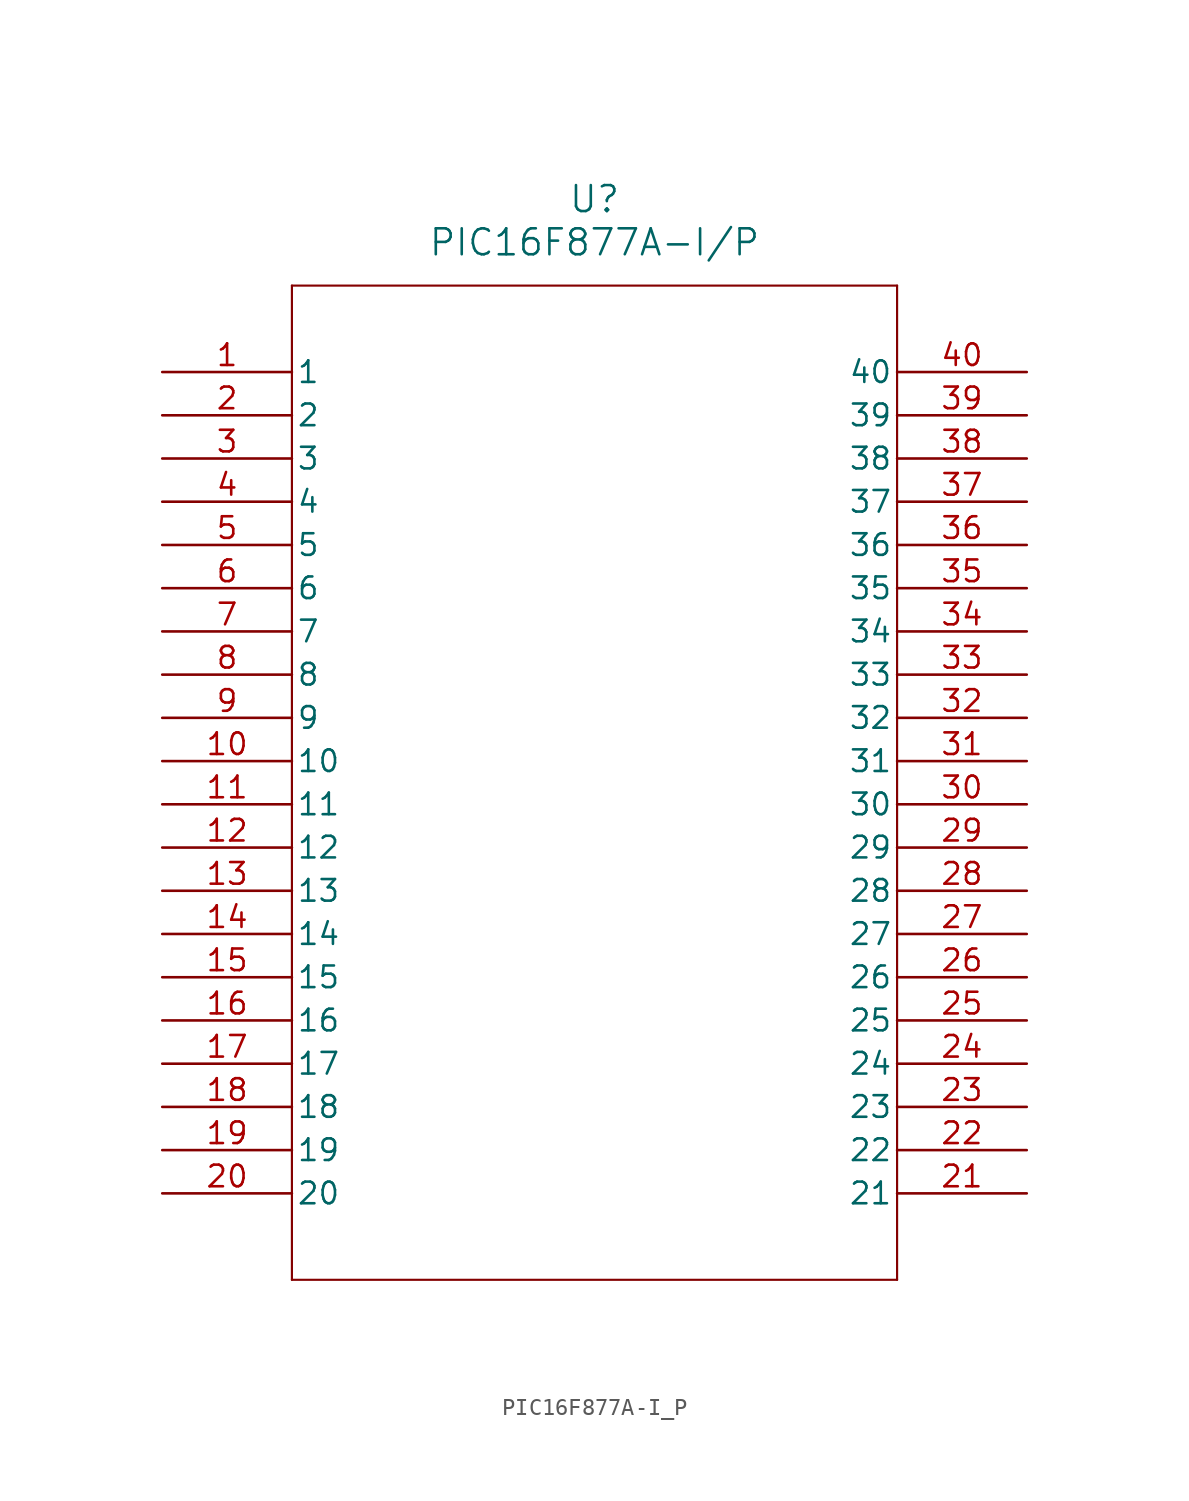
<source format=kicad_sym>
(kicad_symbol_lib
  (version 20211014)
  (generator kicad_symbol_editor)
  (symbol "PIC16F877A-I_P"
    (pin_names
      (offset 0.254))
    (property "Reference" "U"
      (at 25.4 10.16 0)
      (effects (font (size 1.524 1.524))))
    (property "Value" "PIC16F877A-I/P"
      (at 25.4 7.62 0)
      (effects (font (size 1.524 1.524))))
    (symbol "PIC16F877A-I_P_0_1"
      (polyline (pts (xy 7.62 5.08) (xy 7.62 -53.34)) (stroke (width 0.127) (type default) (color 0 0 0 0)) (fill (type none)))
      (polyline (pts (xy 7.62 -53.34) (xy 43.18 -53.34)) (stroke (width 0.127) (type default) (color 0 0 0 0)) (fill (type none)))
      (polyline (pts (xy 43.18 -53.34) (xy 43.18 5.08)) (stroke (width 0.127) (type default) (color 0 0 0 0)) (fill (type none)))
      (polyline (pts (xy 43.18 5.08) (xy 7.62 5.08)) (stroke (width 0.127) (type default) (color 0 0 0 0)) (fill (type none)))
      (pin unspecified line (at 0 0 0) (length 7.62) (name "1" (effects (font (size 1.27 1.27)))) (number "1" (effects (font (size 1.27 1.27)))))
      (pin unspecified line (at 0 -2.54 0) (length 7.62) (name "2" (effects (font (size 1.27 1.27)))) (number "2" (effects (font (size 1.27 1.27)))))
      (pin unspecified line (at 0 -5.08 0) (length 7.62) (name "3" (effects (font (size 1.27 1.27)))) (number "3" (effects (font (size 1.27 1.27)))))
      (pin unspecified line (at 0 -7.62 0) (length 7.62) (name "4" (effects (font (size 1.27 1.27)))) (number "4" (effects (font (size 1.27 1.27)))))
      (pin unspecified line (at 0 -10.16 0) (length 7.62) (name "5" (effects (font (size 1.27 1.27)))) (number "5" (effects (font (size 1.27 1.27)))))
      (pin unspecified line (at 0 -12.7 0) (length 7.62) (name "6" (effects (font (size 1.27 1.27)))) (number "6" (effects (font (size 1.27 1.27)))))
      (pin unspecified line (at 0 -15.24 0) (length 7.62) (name "7" (effects (font (size 1.27 1.27)))) (number "7" (effects (font (size 1.27 1.27)))))
      (pin unspecified line (at 0 -17.78 0) (length 7.62) (name "8" (effects (font (size 1.27 1.27)))) (number "8" (effects (font (size 1.27 1.27)))))
      (pin unspecified line (at 0 -20.32 0) (length 7.62) (name "9" (effects (font (size 1.27 1.27)))) (number "9" (effects (font (size 1.27 1.27)))))
      (pin unspecified line (at 0 -22.86 0) (length 7.62) (name "10" (effects (font (size 1.27 1.27)))) (number "10" (effects (font (size 1.27 1.27)))))
      (pin unspecified line (at 0 -25.4 0) (length 7.62) (name "11" (effects (font (size 1.27 1.27)))) (number "11" (effects (font (size 1.27 1.27)))))
      (pin unspecified line (at 0 -27.94 0) (length 7.62) (name "12" (effects (font (size 1.27 1.27)))) (number "12" (effects (font (size 1.27 1.27)))))
      (pin unspecified line (at 0 -30.48 0) (length 7.62) (name "13" (effects (font (size 1.27 1.27)))) (number "13" (effects (font (size 1.27 1.27)))))
      (pin unspecified line (at 0 -33.02 0) (length 7.62) (name "14" (effects (font (size 1.27 1.27)))) (number "14" (effects (font (size 1.27 1.27)))))
      (pin unspecified line (at 0 -35.56 0) (length 7.62) (name "15" (effects (font (size 1.27 1.27)))) (number "15" (effects (font (size 1.27 1.27)))))
      (pin unspecified line (at 0 -38.1 0) (length 7.62) (name "16" (effects (font (size 1.27 1.27)))) (number "16" (effects (font (size 1.27 1.27)))))
      (pin unspecified line (at 0 -40.64 0) (length 7.62) (name "17" (effects (font (size 1.27 1.27)))) (number "17" (effects (font (size 1.27 1.27)))))
      (pin unspecified line (at 0 -43.18 0) (length 7.62) (name "18" (effects (font (size 1.27 1.27)))) (number "18" (effects (font (size 1.27 1.27)))))
      (pin unspecified line (at 0 -45.72 0) (length 7.62) (name "19" (effects (font (size 1.27 1.27)))) (number "19" (effects (font (size 1.27 1.27)))))
      (pin unspecified line (at 0 -48.26 0) (length 7.62) (name "20" (effects (font (size 1.27 1.27)))) (number "20" (effects (font (size 1.27 1.27)))))
      (pin unspecified line (at 50.8 -48.26 180) (length 7.62) (name "21" (effects (font (size 1.27 1.27)))) (number "21" (effects (font (size 1.27 1.27)))))
      (pin unspecified line (at 50.8 -45.72 180) (length 7.62) (name "22" (effects (font (size 1.27 1.27)))) (number "22" (effects (font (size 1.27 1.27)))))
      (pin unspecified line (at 50.8 -43.18 180) (length 7.62) (name "23" (effects (font (size 1.27 1.27)))) (number "23" (effects (font (size 1.27 1.27)))))
      (pin unspecified line (at 50.8 -40.64 180) (length 7.62) (name "24" (effects (font (size 1.27 1.27)))) (number "24" (effects (font (size 1.27 1.27)))))
      (pin unspecified line (at 50.8 -38.1 180) (length 7.62) (name "25" (effects (font (size 1.27 1.27)))) (number "25" (effects (font (size 1.27 1.27)))))
      (pin unspecified line (at 50.8 -35.56 180) (length 7.62) (name "26" (effects (font (size 1.27 1.27)))) (number "26" (effects (font (size 1.27 1.27)))))
      (pin unspecified line (at 50.8 -33.02 180) (length 7.62) (name "27" (effects (font (size 1.27 1.27)))) (number "27" (effects (font (size 1.27 1.27)))))
      (pin unspecified line (at 50.8 -30.48 180) (length 7.62) (name "28" (effects (font (size 1.27 1.27)))) (number "28" (effects (font (size 1.27 1.27)))))
      (pin unspecified line (at 50.8 -27.94 180) (length 7.62) (name "29" (effects (font (size 1.27 1.27)))) (number "29" (effects (font (size 1.27 1.27)))))
      (pin unspecified line (at 50.8 -25.4 180) (length 7.62) (name "30" (effects (font (size 1.27 1.27)))) (number "30" (effects (font (size 1.27 1.27)))))
      (pin unspecified line (at 50.8 -22.86 180) (length 7.62) (name "31" (effects (font (size 1.27 1.27)))) (number "31" (effects (font (size 1.27 1.27)))))
      (pin unspecified line (at 50.8 -20.32 180) (length 7.62) (name "32" (effects (font (size 1.27 1.27)))) (number "32" (effects (font (size 1.27 1.27)))))
      (pin unspecified line (at 50.8 -17.78 180) (length 7.62) (name "33" (effects (font (size 1.27 1.27)))) (number "33" (effects (font (size 1.27 1.27)))))
      (pin unspecified line (at 50.8 -15.24 180) (length 7.62) (name "34" (effects (font (size 1.27 1.27)))) (number "34" (effects (font (size 1.27 1.27)))))
      (pin unspecified line (at 50.8 -12.7 180) (length 7.62) (name "35" (effects (font (size 1.27 1.27)))) (number "35" (effects (font (size 1.27 1.27)))))
      (pin unspecified line (at 50.8 -10.16 180) (length 7.62) (name "36" (effects (font (size 1.27 1.27)))) (number "36" (effects (font (size 1.27 1.27)))))
      (pin unspecified line (at 50.8 -7.62 180) (length 7.62) (name "37" (effects (font (size 1.27 1.27)))) (number "37" (effects (font (size 1.27 1.27)))))
      (pin unspecified line (at 50.8 -5.08 180) (length 7.62) (name "38" (effects (font (size 1.27 1.27)))) (number "38" (effects (font (size 1.27 1.27)))))
      (pin unspecified line (at 50.8 -2.54 180) (length 7.62) (name "39" (effects (font (size 1.27 1.27)))) (number "39" (effects (font (size 1.27 1.27)))))
      (pin unspecified line (at 50.8 0 180) (length 7.62) (name "40" (effects (font (size 1.27 1.27)))) (number "40" (effects (font (size 1.27 1.27))))))))
</source>
